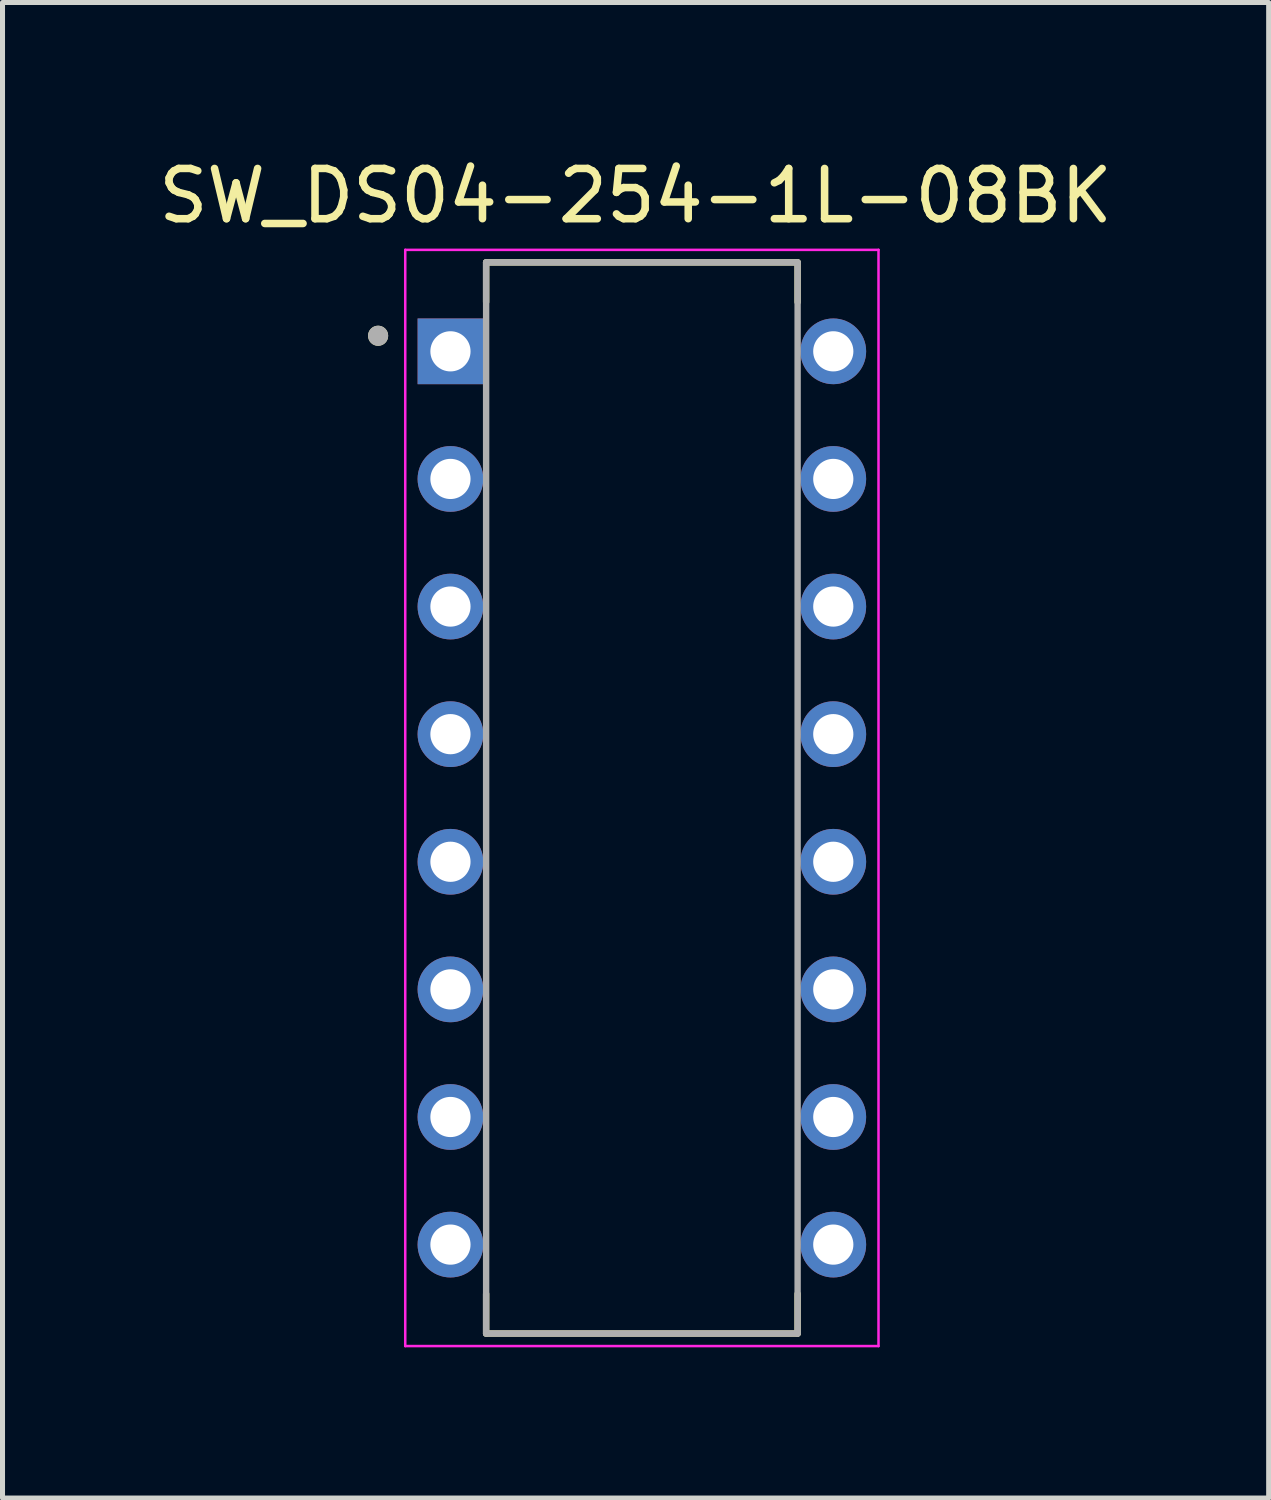
<source format=kicad_pcb>
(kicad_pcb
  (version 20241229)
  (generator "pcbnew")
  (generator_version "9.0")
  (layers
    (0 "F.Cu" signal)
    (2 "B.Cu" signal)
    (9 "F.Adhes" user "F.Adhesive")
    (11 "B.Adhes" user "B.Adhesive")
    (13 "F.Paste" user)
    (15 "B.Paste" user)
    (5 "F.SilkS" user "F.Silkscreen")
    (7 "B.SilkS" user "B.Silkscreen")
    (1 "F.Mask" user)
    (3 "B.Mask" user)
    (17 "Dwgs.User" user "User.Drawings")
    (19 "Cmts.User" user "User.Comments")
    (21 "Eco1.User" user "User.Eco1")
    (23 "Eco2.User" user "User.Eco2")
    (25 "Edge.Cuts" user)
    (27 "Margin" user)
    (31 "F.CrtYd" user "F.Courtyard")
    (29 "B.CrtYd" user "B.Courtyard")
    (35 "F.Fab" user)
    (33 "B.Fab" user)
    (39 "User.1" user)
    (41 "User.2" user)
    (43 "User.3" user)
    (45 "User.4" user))
  (footprint "SW_DS04-254-1L-08BK"
    (layer "F.Cu")
    (at 9.726 12.833)
    (property "Reference" "SW_DS04-254-1L-08BK" (at -0.125 -11.985 0) (layer "F.SilkS") (effects (font (size 1 1) (thickness 0.15))))
    (attr through_hole)
    (fp_line (start -3.1 -10.66) (end -3.1 -9.87) (stroke (width 0.127) (type solid)) (layer "F.SilkS"))
    (fp_line (start -3.1 9.87) (end -3.1 10.66) (stroke (width 0.127) (type solid)) (layer "F.SilkS"))
    (fp_line (start -3.1 10.66) (end 3.1 10.66) (stroke (width 0.127) (type solid)) (layer "F.SilkS"))
    (fp_line (start 3.1 -10.66) (end -3.1 -10.66) (stroke (width 0.127) (type solid)) (layer "F.SilkS"))
    (fp_line (start 3.1 -9.87) (end 3.1 -10.66) (stroke (width 0.127) (type solid)) (layer "F.SilkS"))
    (fp_line (start 3.1 10.66) (end 3.1 9.87) (stroke (width 0.127) (type solid)) (layer "F.SilkS"))
    (fp_circle (center -5.25 -9.2) (end -5.15 -9.2) (stroke (width 0.2) (type solid)) (fill no) (layer "F.SilkS"))
    (fp_line (start -4.71 -10.91) (end 4.71 -10.91) (stroke (width 0.05) (type solid)) (layer "F.CrtYd"))
    (fp_line (start -4.71 10.91) (end -4.71 -10.91) (stroke (width 0.05) (type solid)) (layer "F.CrtYd"))
    (fp_line (start 4.71 -10.91) (end 4.71 10.91) (stroke (width 0.05) (type solid)) (layer "F.CrtYd"))
    (fp_line (start 4.71 10.91) (end -4.71 10.91) (stroke (width 0.05) (type solid)) (layer "F.CrtYd"))
    (fp_line (start -3.1 -10.66) (end -3.1 10.66) (stroke (width 0.127) (type solid)) (layer "F.Fab"))
    (fp_line (start -3.1 10.66) (end 3.1 10.66) (stroke (width 0.127) (type solid)) (layer "F.Fab"))
    (fp_line (start 3.1 -10.66) (end -3.1 -10.66) (stroke (width 0.127) (type solid)) (layer "F.Fab"))
    (fp_line (start 3.1 10.66) (end 3.1 -10.66) (stroke (width 0.127) (type solid)) (layer "F.Fab"))
    (fp_circle (center -5.25 -9.2) (end -5.15 -9.2) (stroke (width 0.2) (type solid)) (fill no) (layer "F.Fab"))
    (pad "1A" thru_hole rect (at -3.81 -8.89) (size 1.308 1.308) (drill 0.8) (layers "*.Cu" "*.Mask"))
    (pad "1B" thru_hole circle (at 3.81 -8.89) (size 1.308 1.308) (drill 0.8) (layers "*.Cu" "*.Mask"))
    (pad "2A" thru_hole circle (at -3.81 -6.35) (size 1.308 1.308) (drill 0.8) (layers "*.Cu" "*.Mask"))
    (pad "2B" thru_hole circle (at 3.81 -6.35) (size 1.308 1.308) (drill 0.8) (layers "*.Cu" "*.Mask"))
    (pad "3A" thru_hole circle (at -3.81 -3.81) (size 1.308 1.308) (drill 0.8) (layers "*.Cu" "*.Mask"))
    (pad "3B" thru_hole circle (at 3.81 -3.81) (size 1.308 1.308) (drill 0.8) (layers "*.Cu" "*.Mask"))
    (pad "4A" thru_hole circle (at -3.81 -1.27) (size 1.308 1.308) (drill 0.8) (layers "*.Cu" "*.Mask"))
    (pad "4B" thru_hole circle (at 3.81 -1.27) (size 1.308 1.308) (drill 0.8) (layers "*.Cu" "*.Mask"))
    (pad "5A" thru_hole circle (at -3.81 1.27) (size 1.308 1.308) (drill 0.8) (layers "*.Cu" "*.Mask"))
    (pad "5B" thru_hole circle (at 3.81 1.27) (size 1.308 1.308) (drill 0.8) (layers "*.Cu" "*.Mask"))
    (pad "6A" thru_hole circle (at -3.81 3.81) (size 1.308 1.308) (drill 0.8) (layers "*.Cu" "*.Mask"))
    (pad "6B" thru_hole circle (at 3.81 3.81) (size 1.308 1.308) (drill 0.8) (layers "*.Cu" "*.Mask"))
    (pad "7A" thru_hole circle (at -3.81 6.35) (size 1.308 1.308) (drill 0.8) (layers "*.Cu" "*.Mask"))
    (pad "7B" thru_hole circle (at 3.81 6.35) (size 1.308 1.308) (drill 0.8) (layers "*.Cu" "*.Mask"))
    (pad "8A" thru_hole circle (at -3.81 8.89) (size 1.308 1.308) (drill 0.8) (layers "*.Cu" "*.Mask"))
    (pad "8B" thru_hole circle (at 3.81 8.89) (size 1.308 1.308) (drill 0.8) (layers "*.Cu" "*.Mask")))
  (gr_rect
    (start -3 -3)
    (end 22.202 26.768)
    (stroke (width 0.1) (type default))
    (fill no)
    (layer "Edge.Cuts")))
</source>
